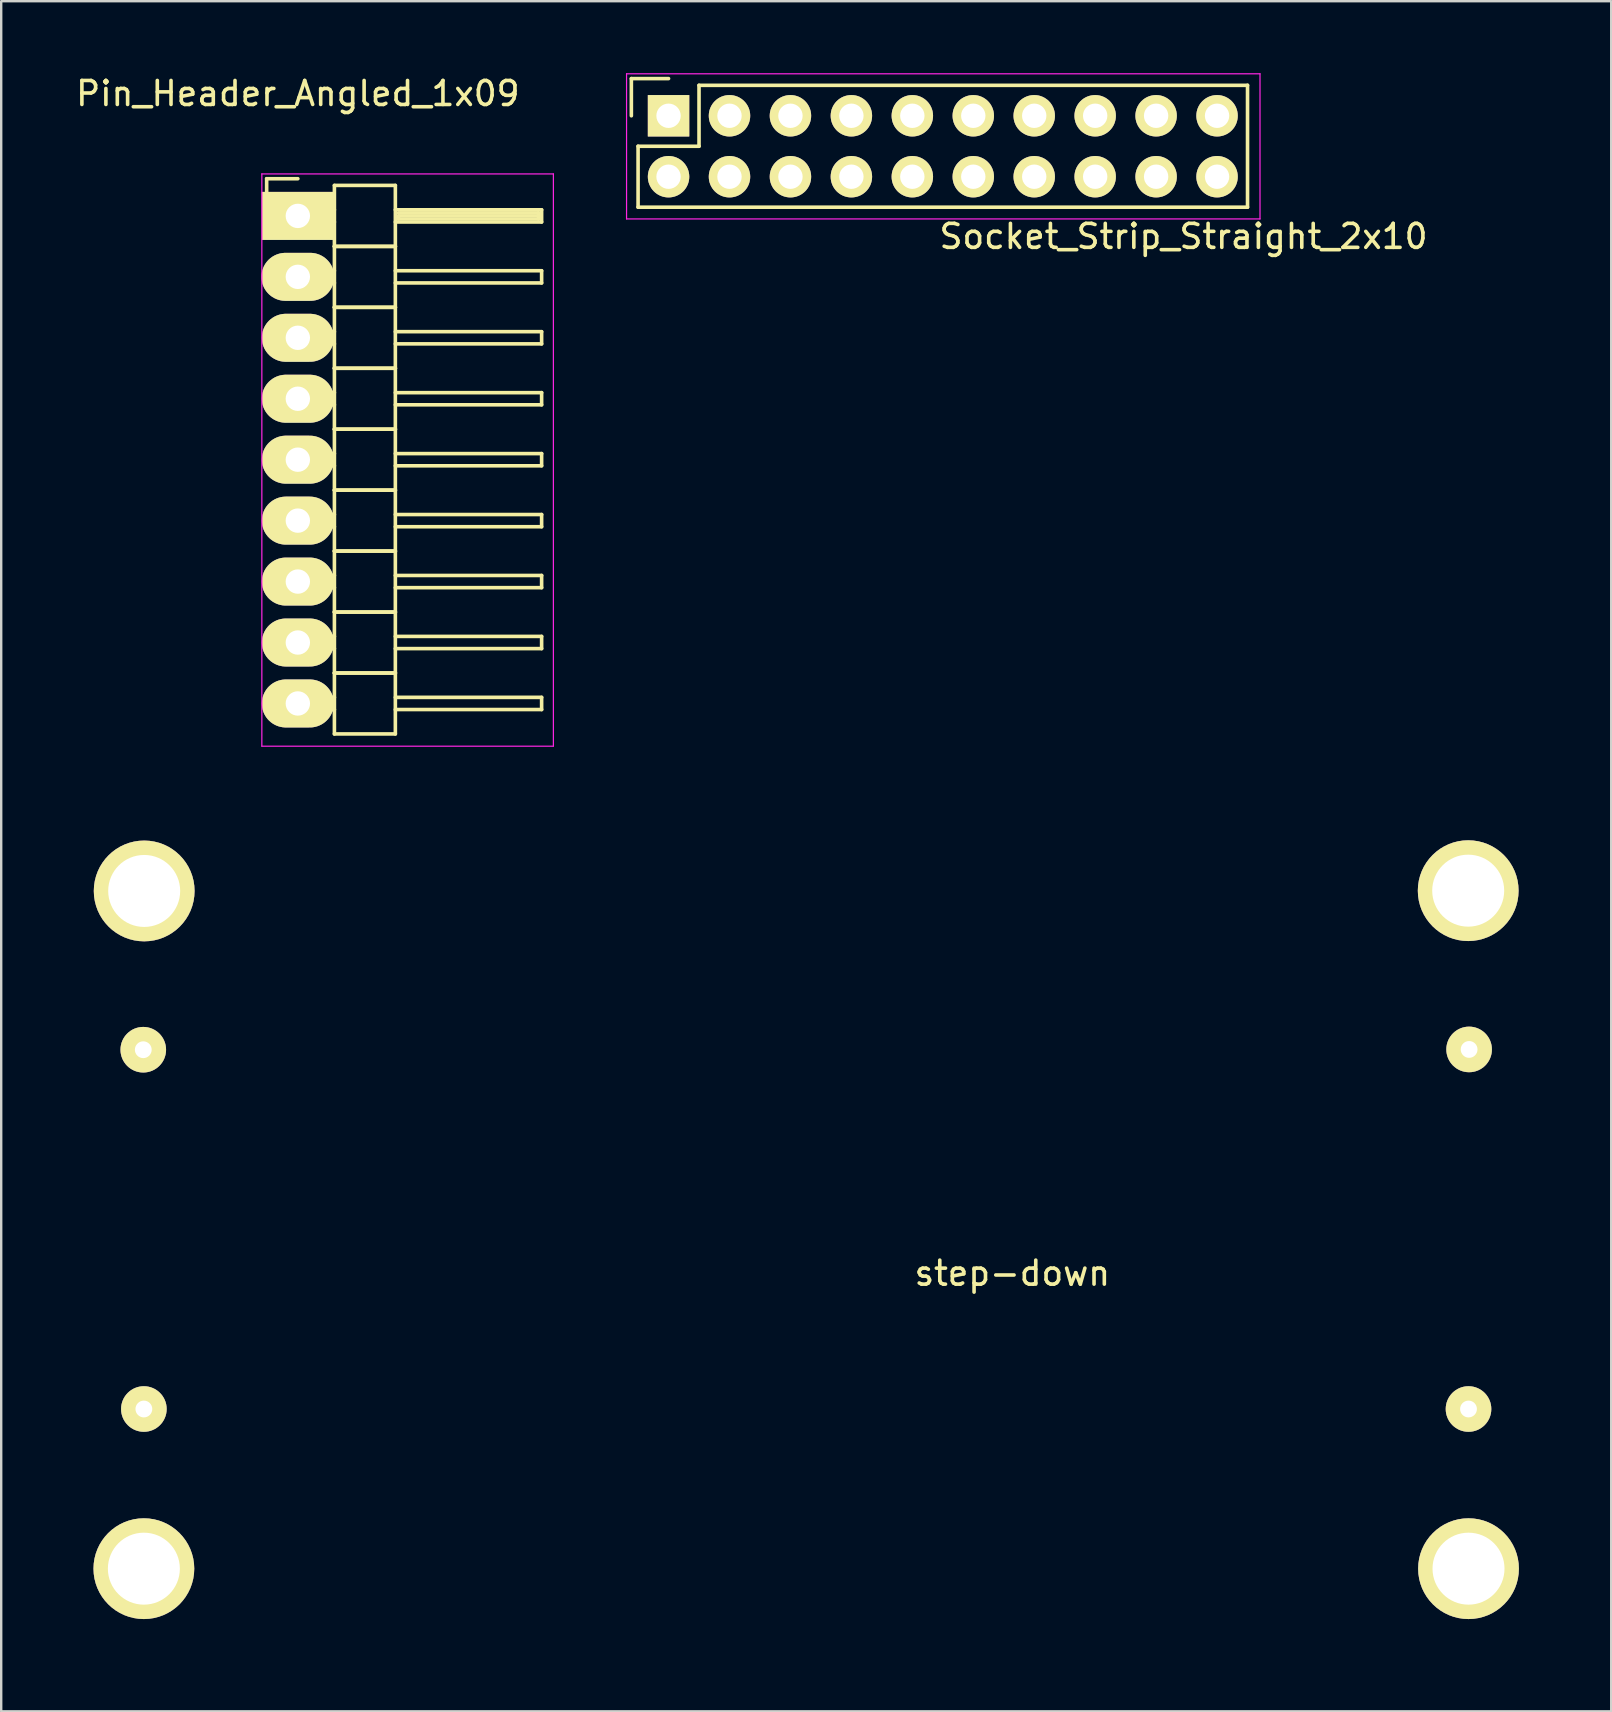
<source format=kicad_pcb>
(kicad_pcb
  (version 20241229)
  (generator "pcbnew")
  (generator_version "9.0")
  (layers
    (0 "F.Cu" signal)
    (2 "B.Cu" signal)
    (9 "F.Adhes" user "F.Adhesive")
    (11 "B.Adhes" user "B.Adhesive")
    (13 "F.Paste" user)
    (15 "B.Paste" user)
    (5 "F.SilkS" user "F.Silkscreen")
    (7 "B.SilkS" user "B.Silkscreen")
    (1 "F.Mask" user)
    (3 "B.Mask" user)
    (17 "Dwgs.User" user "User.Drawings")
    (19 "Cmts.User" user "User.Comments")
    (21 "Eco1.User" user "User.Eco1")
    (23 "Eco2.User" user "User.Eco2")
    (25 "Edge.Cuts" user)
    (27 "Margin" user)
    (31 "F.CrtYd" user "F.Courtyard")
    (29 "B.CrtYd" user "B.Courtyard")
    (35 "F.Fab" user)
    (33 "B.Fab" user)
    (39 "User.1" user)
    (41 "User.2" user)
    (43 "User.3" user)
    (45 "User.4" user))
  (footprint "Pin_Header_Angled_1x09"
    (placed yes)
    (layer "F.Cu")
    (at 9.363 5.948)
    (property "Reference" "Pin_Header_Angled_1x09" (at 0 -5.1 0) (layer "F.SilkS") (effects (font (size 1 1) (thickness 0.15))))
    (attr through_hole)
    (fp_line (start -1.3 -1.55) (end -1.3 0) (stroke (width 0.15) (type solid)) (layer "F.SilkS"))
    (fp_line (start 0 -1.55) (end -1.3 -1.55) (stroke (width 0.15) (type solid)) (layer "F.SilkS"))
    (fp_line (start 1.524 -1.27) (end 1.524 1.27) (stroke (width 0.15) (type solid)) (layer "F.SilkS"))
    (fp_line (start 1.524 -1.27) (end 4.064 -1.27) (stroke (width 0.15) (type solid)) (layer "F.SilkS"))
    (fp_line (start 1.524 -0.254) (end 1.143 -0.254) (stroke (width 0.15) (type solid)) (layer "F.SilkS"))
    (fp_line (start 1.524 0.254) (end 1.143 0.254) (stroke (width 0.15) (type solid)) (layer "F.SilkS"))
    (fp_line (start 1.524 1.27) (end 1.524 3.81) (stroke (width 0.15) (type solid)) (layer "F.SilkS"))
    (fp_line (start 1.524 1.27) (end 4.064 1.27) (stroke (width 0.15) (type solid)) (layer "F.SilkS"))
    (fp_line (start 1.524 1.27) (end 4.064 1.27) (stroke (width 0.15) (type solid)) (layer "F.SilkS"))
    (fp_line (start 1.524 2.286) (end 1.143 2.286) (stroke (width 0.15) (type solid)) (layer "F.SilkS"))
    (fp_line (start 1.524 2.794) (end 1.143 2.794) (stroke (width 0.15) (type solid)) (layer "F.SilkS"))
    (fp_line (start 1.524 3.81) (end 1.524 6.35) (stroke (width 0.15) (type solid)) (layer "F.SilkS"))
    (fp_line (start 1.524 3.81) (end 4.064 3.81) (stroke (width 0.15) (type solid)) (layer "F.SilkS"))
    (fp_line (start 1.524 3.81) (end 4.064 3.81) (stroke (width 0.15) (type solid)) (layer "F.SilkS"))
    (fp_line (start 1.524 4.826) (end 1.143 4.826) (stroke (width 0.15) (type solid)) (layer "F.SilkS"))
    (fp_line (start 1.524 5.334) (end 1.143 5.334) (stroke (width 0.15) (type solid)) (layer "F.SilkS"))
    (fp_line (start 1.524 6.35) (end 1.524 8.89) (stroke (width 0.15) (type solid)) (layer "F.SilkS"))
    (fp_line (start 1.524 6.35) (end 4.064 6.35) (stroke (width 0.15) (type solid)) (layer "F.SilkS"))
    (fp_line (start 1.524 6.35) (end 4.064 6.35) (stroke (width 0.15) (type solid)) (layer "F.SilkS"))
    (fp_line (start 1.524 7.366) (end 1.143 7.366) (stroke (width 0.15) (type solid)) (layer "F.SilkS"))
    (fp_line (start 1.524 7.874) (end 1.143 7.874) (stroke (width 0.15) (type solid)) (layer "F.SilkS"))
    (fp_line (start 1.524 8.89) (end 1.524 11.43) (stroke (width 0.15) (type solid)) (layer "F.SilkS"))
    (fp_line (start 1.524 8.89) (end 4.064 8.89) (stroke (width 0.15) (type solid)) (layer "F.SilkS"))
    (fp_line (start 1.524 8.89) (end 4.064 8.89) (stroke (width 0.15) (type solid)) (layer "F.SilkS"))
    (fp_line (start 1.524 9.906) (end 1.143 9.906) (stroke (width 0.15) (type solid)) (layer "F.SilkS"))
    (fp_line (start 1.524 10.414) (end 1.143 10.414) (stroke (width 0.15) (type solid)) (layer "F.SilkS"))
    (fp_line (start 1.524 11.43) (end 1.524 13.97) (stroke (width 0.15) (type solid)) (layer "F.SilkS"))
    (fp_line (start 1.524 11.43) (end 4.064 11.43) (stroke (width 0.15) (type solid)) (layer "F.SilkS"))
    (fp_line (start 1.524 11.43) (end 4.064 11.43) (stroke (width 0.15) (type solid)) (layer "F.SilkS"))
    (fp_line (start 1.524 12.446) (end 1.143 12.446) (stroke (width 0.15) (type solid)) (layer "F.SilkS"))
    (fp_line (start 1.524 12.954) (end 1.143 12.954) (stroke (width 0.15) (type solid)) (layer "F.SilkS"))
    (fp_line (start 1.524 13.97) (end 1.524 16.51) (stroke (width 0.15) (type solid)) (layer "F.SilkS"))
    (fp_line (start 1.524 13.97) (end 4.064 13.97) (stroke (width 0.15) (type solid)) (layer "F.SilkS"))
    (fp_line (start 1.524 13.97) (end 4.064 13.97) (stroke (width 0.15) (type solid)) (layer "F.SilkS"))
    (fp_line (start 1.524 14.986) (end 1.143 14.986) (stroke (width 0.15) (type solid)) (layer "F.SilkS"))
    (fp_line (start 1.524 15.494) (end 1.143 15.494) (stroke (width 0.15) (type solid)) (layer "F.SilkS"))
    (fp_line (start 1.524 16.51) (end 1.524 19.05) (stroke (width 0.15) (type solid)) (layer "F.SilkS"))
    (fp_line (start 1.524 16.51) (end 4.064 16.51) (stroke (width 0.15) (type solid)) (layer "F.SilkS"))
    (fp_line (start 1.524 16.51) (end 4.064 16.51) (stroke (width 0.15) (type solid)) (layer "F.SilkS"))
    (fp_line (start 1.524 17.526) (end 1.143 17.526) (stroke (width 0.15) (type solid)) (layer "F.SilkS"))
    (fp_line (start 1.524 18.034) (end 1.143 18.034) (stroke (width 0.15) (type solid)) (layer "F.SilkS"))
    (fp_line (start 1.524 19.05) (end 1.524 21.59) (stroke (width 0.15) (type solid)) (layer "F.SilkS"))
    (fp_line (start 1.524 19.05) (end 4.064 19.05) (stroke (width 0.15) (type solid)) (layer "F.SilkS"))
    (fp_line (start 1.524 19.05) (end 4.064 19.05) (stroke (width 0.15) (type solid)) (layer "F.SilkS"))
    (fp_line (start 1.524 20.066) (end 1.143 20.066) (stroke (width 0.15) (type solid)) (layer "F.SilkS"))
    (fp_line (start 1.524 20.574) (end 1.143 20.574) (stroke (width 0.15) (type solid)) (layer "F.SilkS"))
    (fp_line (start 1.524 21.59) (end 4.064 21.59) (stroke (width 0.15) (type solid)) (layer "F.SilkS"))
    (fp_line (start 4.064 -0.254) (end 10.16 -0.254) (stroke (width 0.15) (type solid)) (layer "F.SilkS"))
    (fp_line (start 4.064 1.27) (end 4.064 -1.27) (stroke (width 0.15) (type solid)) (layer "F.SilkS"))
    (fp_line (start 4.064 2.286) (end 10.16 2.286) (stroke (width 0.15) (type solid)) (layer "F.SilkS"))
    (fp_line (start 4.064 3.81) (end 4.064 1.27) (stroke (width 0.15) (type solid)) (layer "F.SilkS"))
    (fp_line (start 4.064 4.826) (end 10.16 4.826) (stroke (width 0.15) (type solid)) (layer "F.SilkS"))
    (fp_line (start 4.064 6.35) (end 4.064 3.81) (stroke (width 0.15) (type solid)) (layer "F.SilkS"))
    (fp_line (start 4.064 7.366) (end 10.16 7.366) (stroke (width 0.15) (type solid)) (layer "F.SilkS"))
    (fp_line (start 4.064 8.89) (end 4.064 6.35) (stroke (width 0.15) (type solid)) (layer "F.SilkS"))
    (fp_line (start 4.064 9.906) (end 10.16 9.906) (stroke (width 0.15) (type solid)) (layer "F.SilkS"))
    (fp_line (start 4.064 11.43) (end 4.064 8.89) (stroke (width 0.15) (type solid)) (layer "F.SilkS"))
    (fp_line (start 4.064 12.446) (end 10.16 12.446) (stroke (width 0.15) (type solid)) (layer "F.SilkS"))
    (fp_line (start 4.064 13.97) (end 4.064 11.43) (stroke (width 0.15) (type solid)) (layer "F.SilkS"))
    (fp_line (start 4.064 14.986) (end 10.16 14.986) (stroke (width 0.15) (type solid)) (layer "F.SilkS"))
    (fp_line (start 4.064 16.51) (end 4.064 13.97) (stroke (width 0.15) (type solid)) (layer "F.SilkS"))
    (fp_line (start 4.064 17.526) (end 10.16 17.526) (stroke (width 0.15) (type solid)) (layer "F.SilkS"))
    (fp_line (start 4.064 19.05) (end 4.064 16.51) (stroke (width 0.15) (type solid)) (layer "F.SilkS"))
    (fp_line (start 4.064 20.066) (end 10.16 20.066) (stroke (width 0.15) (type solid)) (layer "F.SilkS"))
    (fp_line (start 4.064 21.59) (end 4.064 19.05) (stroke (width 0.15) (type solid)) (layer "F.SilkS"))
    (fp_line (start 4.191 -0.127) (end 10.033 -0.127) (stroke (width 0.15) (type solid)) (layer "F.SilkS"))
    (fp_line (start 4.191 0) (end 10.033 0) (stroke (width 0.15) (type solid)) (layer "F.SilkS"))
    (fp_line (start 4.191 0.127) (end 4.191 0) (stroke (width 0.15) (type solid)) (layer "F.SilkS"))
    (fp_line (start 10.033 -0.127) (end 10.033 0.127) (stroke (width 0.15) (type solid)) (layer "F.SilkS"))
    (fp_line (start 10.033 0.127) (end 4.191 0.127) (stroke (width 0.15) (type solid)) (layer "F.SilkS"))
    (fp_line (start 10.16 -0.254) (end 10.16 0.254) (stroke (width 0.15) (type solid)) (layer "F.SilkS"))
    (fp_line (start 10.16 0.254) (end 4.064 0.254) (stroke (width 0.15) (type solid)) (layer "F.SilkS"))
    (fp_line (start 10.16 2.286) (end 10.16 2.794) (stroke (width 0.15) (type solid)) (layer "F.SilkS"))
    (fp_line (start 10.16 2.794) (end 4.064 2.794) (stroke (width 0.15) (type solid)) (layer "F.SilkS"))
    (fp_line (start 10.16 4.826) (end 10.16 5.334) (stroke (width 0.15) (type solid)) (layer "F.SilkS"))
    (fp_line (start 10.16 5.334) (end 4.064 5.334) (stroke (width 0.15) (type solid)) (layer "F.SilkS"))
    (fp_line (start 10.16 7.366) (end 10.16 7.874) (stroke (width 0.15) (type solid)) (layer "F.SilkS"))
    (fp_line (start 10.16 7.874) (end 4.064 7.874) (stroke (width 0.15) (type solid)) (layer "F.SilkS"))
    (fp_line (start 10.16 9.906) (end 10.16 10.414) (stroke (width 0.15) (type solid)) (layer "F.SilkS"))
    (fp_line (start 10.16 10.414) (end 4.064 10.414) (stroke (width 0.15) (type solid)) (layer "F.SilkS"))
    (fp_line (start 10.16 12.446) (end 10.16 12.954) (stroke (width 0.15) (type solid)) (layer "F.SilkS"))
    (fp_line (start 10.16 12.954) (end 4.064 12.954) (stroke (width 0.15) (type solid)) (layer "F.SilkS"))
    (fp_line (start 10.16 14.986) (end 10.16 15.494) (stroke (width 0.15) (type solid)) (layer "F.SilkS"))
    (fp_line (start 10.16 15.494) (end 4.064 15.494) (stroke (width 0.15) (type solid)) (layer "F.SilkS"))
    (fp_line (start 10.16 17.526) (end 10.16 18.034) (stroke (width 0.15) (type solid)) (layer "F.SilkS"))
    (fp_line (start 10.16 18.034) (end 4.064 18.034) (stroke (width 0.15) (type solid)) (layer "F.SilkS"))
    (fp_line (start 10.16 20.066) (end 10.16 20.574) (stroke (width 0.15) (type solid)) (layer "F.SilkS"))
    (fp_line (start 10.16 20.574) (end 4.064 20.574) (stroke (width 0.15) (type solid)) (layer "F.SilkS"))
    (fp_line (start -1.5 -1.75) (end -1.5 22.1) (stroke (width 0.05) (type solid)) (layer "F.CrtYd"))
    (fp_line (start -1.5 -1.75) (end 10.65 -1.75) (stroke (width 0.05) (type solid)) (layer "F.CrtYd"))
    (fp_line (start -1.5 22.1) (end 10.65 22.1) (stroke (width 0.05) (type solid)) (layer "F.CrtYd"))
    (fp_line (start 10.65 -1.75) (end 10.65 22.1) (stroke (width 0.05) (type solid)) (layer "F.CrtYd"))
    (pad "1" thru_hole rect (at 0 0) (size 3 2) (drill 1.016) (layers "*.Cu" "*.Mask" "F.SilkS"))
    (pad "2" thru_hole oval (at 0 2.54) (size 3.032 2) (drill 1.016) (layers "*.Cu" "*.Mask" "F.SilkS"))
    (pad "3" thru_hole oval (at 0 5.08) (size 3 2) (drill 1.016) (layers "*.Cu" "*.Mask" "F.SilkS"))
    (pad "4" thru_hole oval (at 0 7.62) (size 3 2) (drill 1.016) (layers "*.Cu" "*.Mask" "F.SilkS"))
    (pad "5" thru_hole oval (at 0 10.16) (size 3 2) (drill 1.016) (layers "*.Cu" "*.Mask" "F.SilkS"))
    (pad "6" thru_hole oval (at 0 12.7) (size 3 2) (drill 1.016) (layers "*.Cu" "*.Mask" "F.SilkS"))
    (pad "7" thru_hole oval (at 0 15.24) (size 3 2) (drill 1.016) (layers "*.Cu" "*.Mask" "F.SilkS"))
    (pad "8" thru_hole oval (at 0 17.78) (size 3 2) (drill 1.016) (layers "*.Cu" "*.Mask" "F.SilkS"))
    (pad "9" thru_hole oval (at 0 20.32) (size 3 2) (drill 1.016) (layers "*.Cu" "*.Mask" "F.SilkS")))
  (footprint "Socket_Strip_Straight_2x10"
    (layer "F.Cu")
    (at 24.813 1.775)
    (property "Reference" "Socket_Strip_Straight_2x10" (at 21.463 5.029 0) (layer "F.SilkS") (effects (font (size 1 1) (thickness 0.15))))
    (attr through_hole)
    (fp_line (start -1.55 -1.55) (end -1.55 0) (stroke (width 0.15) (type solid)) (layer "F.SilkS"))
    (fp_line (start -1.27 1.27) (end 1.27 1.27) (stroke (width 0.15) (type solid)) (layer "F.SilkS"))
    (fp_line (start -1.27 3.81) (end -1.27 1.27) (stroke (width 0.15) (type solid)) (layer "F.SilkS"))
    (fp_line (start 0 -1.55) (end -1.55 -1.55) (stroke (width 0.15) (type solid)) (layer "F.SilkS"))
    (fp_line (start 1.27 -1.27) (end 24.13 -1.27) (stroke (width 0.15) (type solid)) (layer "F.SilkS"))
    (fp_line (start 1.27 1.27) (end 1.27 -1.27) (stroke (width 0.15) (type solid)) (layer "F.SilkS"))
    (fp_line (start 24.13 3.81) (end -1.27 3.81) (stroke (width 0.15) (type solid)) (layer "F.SilkS"))
    (fp_line (start 24.13 3.81) (end 24.13 -1.27) (stroke (width 0.15) (type solid)) (layer "F.SilkS"))
    (fp_line (start -1.75 -1.75) (end -1.75 4.3) (stroke (width 0.05) (type solid)) (layer "F.CrtYd"))
    (fp_line (start -1.75 -1.75) (end 24.65 -1.75) (stroke (width 0.05) (type solid)) (layer "F.CrtYd"))
    (fp_line (start -1.75 4.3) (end 24.65 4.3) (stroke (width 0.05) (type solid)) (layer "F.CrtYd"))
    (fp_line (start 24.65 -1.75) (end 24.65 4.3) (stroke (width 0.05) (type solid)) (layer "F.CrtYd"))
    (pad "1" thru_hole rect (at 0 0) (size 1.727 1.727) (drill 1.016) (layers "*.Cu" "*.Mask" "F.SilkS"))
    (pad "2" thru_hole oval (at 0 2.54) (size 1.727 1.727) (drill 1.016) (layers "*.Cu" "*.Mask" "F.SilkS"))
    (pad "3" thru_hole oval (at 2.54 0) (size 1.727 1.727) (drill 1.016) (layers "*.Cu" "*.Mask" "F.SilkS"))
    (pad "4" thru_hole oval (at 2.54 2.54) (size 1.727 1.727) (drill 1.016) (layers "*.Cu" "*.Mask" "F.SilkS"))
    (pad "5" thru_hole oval (at 5.08 0) (size 1.727 1.727) (drill 1.016) (layers "*.Cu" "*.Mask" "F.SilkS"))
    (pad "6" thru_hole oval (at 5.08 2.54) (size 1.727 1.727) (drill 1.016) (layers "*.Cu" "*.Mask" "F.SilkS"))
    (pad "7" thru_hole oval (at 7.62 0) (size 1.727 1.727) (drill 1.016) (layers "*.Cu" "*.Mask" "F.SilkS"))
    (pad "8" thru_hole oval (at 7.62 2.54) (size 1.727 1.727) (drill 1.016) (layers "*.Cu" "*.Mask" "F.SilkS"))
    (pad "9" thru_hole oval (at 10.16 0) (size 1.727 1.727) (drill 1.016) (layers "*.Cu" "*.Mask" "F.SilkS"))
    (pad "10" thru_hole oval (at 10.16 2.54) (size 1.727 1.727) (drill 1.016) (layers "*.Cu" "*.Mask" "F.SilkS"))
    (pad "11" thru_hole oval (at 12.7 0) (size 1.727 1.727) (drill 1.016) (layers "*.Cu" "*.Mask" "F.SilkS"))
    (pad "12" thru_hole oval (at 12.7 2.54) (size 1.727 1.727) (drill 1.016) (layers "*.Cu" "*.Mask" "F.SilkS"))
    (pad "13" thru_hole oval (at 15.24 0) (size 1.727 1.727) (drill 1.016) (layers "*.Cu" "*.Mask" "F.SilkS"))
    (pad "14" thru_hole oval (at 15.24 2.54) (size 1.727 1.727) (drill 1.016) (layers "*.Cu" "*.Mask" "F.SilkS"))
    (pad "15" thru_hole oval (at 17.78 0) (size 1.727 1.727) (drill 1.016) (layers "*.Cu" "*.Mask" "F.SilkS"))
    (pad "16" thru_hole oval (at 17.78 2.54) (size 1.727 1.727) (drill 1.016) (layers "*.Cu" "*.Mask" "F.SilkS"))
    (pad "17" thru_hole oval (at 20.32 0) (size 1.727 1.727) (drill 1.016) (layers "*.Cu" "*.Mask" "F.SilkS"))
    (pad "18" thru_hole oval (at 20.32 2.54) (size 1.727 1.727) (drill 1.016) (layers "*.Cu" "*.Mask" "F.SilkS"))
    (pad "19" thru_hole oval (at 22.86 0) (size 1.727 1.727) (drill 1.016) (layers "*.Cu" "*.Mask" "F.SilkS"))
    (pad "20" thru_hole oval (at 22.86 2.54) (size 1.727 1.727) (drill 1.016) (layers "*.Cu" "*.Mask" "F.SilkS")))
  (footprint "step-down"
    (layer "F.Cu")
    (at 39.141 49.513)
    (property "Reference" "step-down" (at 0 0.5 0) (layer "F.SilkS") (effects (font (size 1 1) (thickness 0.15))))
    (attr through_hole)
    (fp_line (start -39.091 -18.39) (end -39.091 15.71) (stroke (width 0.1) (type solid)) (layer "B.Paste"))
    (fp_line (start -39.091 -8.84) (end 21.909 -8.84) (stroke (width 0.1) (type solid)) (layer "B.Paste"))
    (fp_line (start -39.091 6.16) (end 21.909 6.16) (stroke (width 0.1) (type solid)) (layer "B.Paste"))
    (fp_line (start -39.091 12.81) (end 21.909 12.81) (stroke (width 0.1) (type solid)) (layer "B.Paste"))
    (fp_line (start -39.091 15.71) (end 21.909 15.71) (stroke (width 0.1) (type solid)) (layer "B.Paste"))
    (fp_line (start -36.191 -18.39) (end -36.191 15.71) (stroke (width 0.1) (type solid)) (layer "B.Paste"))
    (fp_line (start 19.009 15.71) (end 19.009 -18.39) (stroke (width 0.1) (type solid)) (layer "B.Paste"))
    (fp_line (start 21.909 -18.39) (end -39.091 -18.39) (stroke (width 0.1) (type solid)) (layer "B.Paste"))
    (fp_line (start 21.909 -15.438) (end -39.091 -15.438) (stroke (width 0.1) (type solid)) (layer "B.Paste"))
    (fp_line (start 21.909 15.71) (end 21.909 -18.39) (stroke (width 0.1) (type solid)) (layer "B.Paste"))
    (pad "1" thru_hole circle (at -36.22 -8.814) (size 1.9 1.9) (drill 0.7) (layers "*.Cu" "*.Mask" "F.SilkS"))
    (pad "2" thru_hole circle (at -36.195 6.16) (size 1.9 1.9) (drill 0.7) (layers "*.Cu" "*.Mask" "F.SilkS"))
    (pad "3" thru_hole circle (at 19.037 -8.826) (size 1.9 1.9) (drill 0.7) (layers "*.Cu" "*.Mask" "F.SilkS"))
    (pad "4" thru_hole circle (at 19.012 6.16) (size 1.9 1.9) (drill 0.7) (layers "*.Cu" "*.Mask" "F.SilkS"))
    (pad "8" thru_hole circle (at -36.182 -15.431) (size 4.2 4.2) (drill 3) (layers "*.Cu" "*.Mask" "F.SilkS"))
    (pad "9" thru_hole circle (at -36.195 12.814) (size 4.2 4.2) (drill 3) (layers "*.Cu" "*.Mask" "F.SilkS"))
    (pad "10" thru_hole circle (at 18.999 -15.443) (size 4.2 4.2) (drill 3) (layers "*.Cu" "*.Mask" "F.SilkS"))
    (pad "11" thru_hole circle (at 19.012 12.814) (size 4.2 4.2) (drill 3) (layers "*.Cu" "*.Mask" "F.SilkS")))
  (gr_rect
    (start -3 -3)
    (end 64.1 68.273)
    (stroke (width 0.1) (type default))
    (fill no)
    (layer "Edge.Cuts")))
</source>
